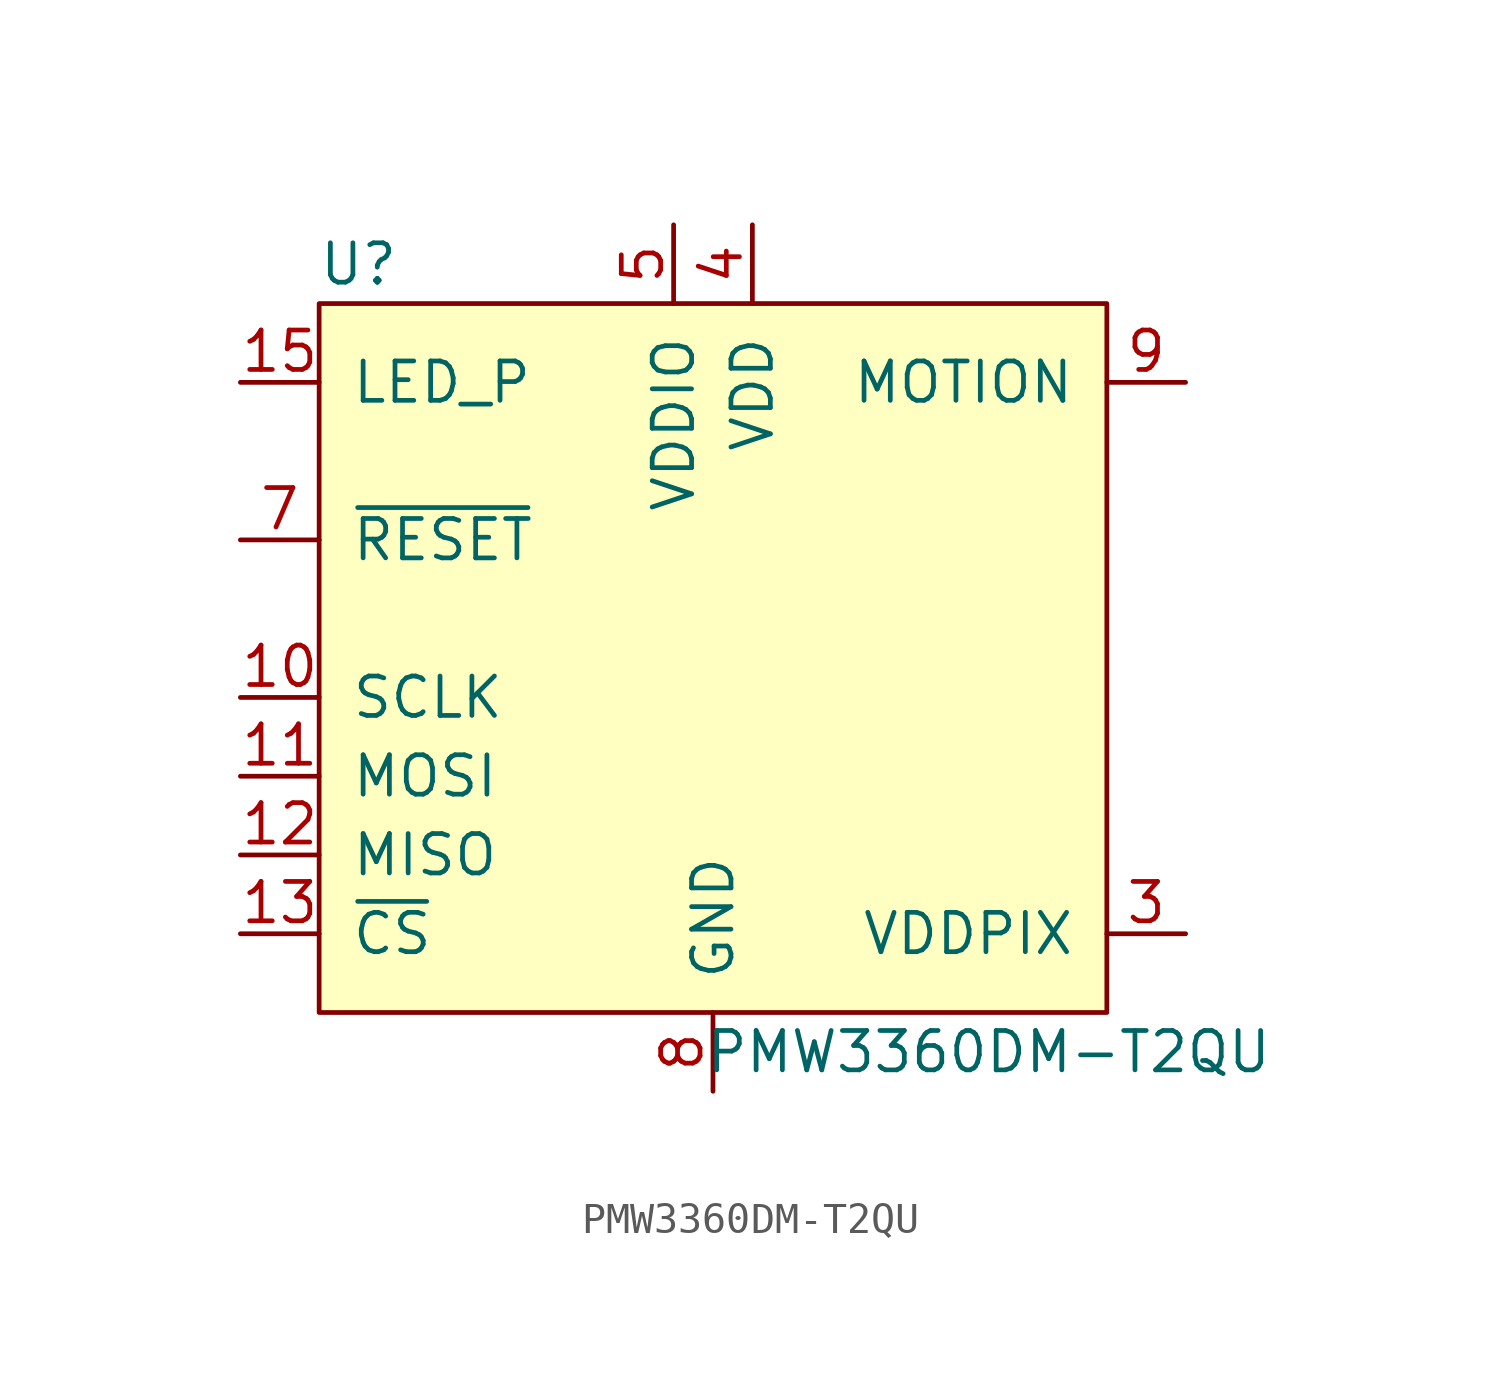
<source format=kicad_sym>
(kicad_symbol_lib
  (version 20201005)
  (generator kicad_symbol_editor)
  (symbol "sensor:PMW3360DM-T2QU"
    (pin_names
      (offset 1.016))
    (property "Reference" "U"
      (at -11.43 13.97 0)
      (effects (font (size 1.27 1.27))))
    (property "Value" "PMW3360DM-T2QU"
      (at 8.89 -11.43 0)
      (effects (font (size 1.27 1.27))))
    (symbol "PMW3360DM-T2QU_0_1"
      (rectangle (start -12.7 12.7) (end 12.7 -10.16) (stroke (width 0)) (fill (type background))))
    (symbol "PMW3360DM-T2QU_1_1"
      (pin input line (at -15.24 0 0) (length 2.54) (name "SCLK" (effects (font (size 1.27 1.27)))) (number "10" (effects (font (size 1.27 1.27)))))
      (pin input line (at -15.24 -2.54 0) (length 2.54) (name "MOSI" (effects (font (size 1.27 1.27)))) (number "11" (effects (font (size 1.27 1.27)))))
      (pin output line (at -15.24 -5.08 0) (length 2.54) (name "MISO" (effects (font (size 1.27 1.27)))) (number "12" (effects (font (size 1.27 1.27)))))
      (pin input line (at -15.24 -7.62 0) (length 2.54) (name "~CS" (effects (font (size 1.27 1.27)))) (number "13" (effects (font (size 1.27 1.27)))))
      (pin input line (at -15.24 10.16 0) (length 2.54) (name "LED_P" (effects (font (size 1.27 1.27)))) (number "15" (effects (font (size 1.27 1.27)))))
      (pin power_out line (at 15.24 -7.62 180) (length 2.54) (name "VDDPIX" (effects (font (size 1.27 1.27)))) (number "3" (effects (font (size 1.27 1.27)))))
      (pin power_in line (at 1.27 15.24 270) (length 2.54) (name "VDD" (effects (font (size 1.27 1.27)))) (number "4" (effects (font (size 1.27 1.27)))))
      (pin power_in line (at -1.27 15.24 270) (length 2.54) (name "VDDIO" (effects (font (size 1.27 1.27)))) (number "5" (effects (font (size 1.27 1.27)))))
      (pin input line (at -15.24 5.08 0) (length 2.54) (name "~RESET" (effects (font (size 1.27 1.27)))) (number "7" (effects (font (size 1.27 1.27)))))
      (pin power_in line (at 0 -12.7 90) (length 2.54) (name "GND" (effects (font (size 1.27 1.27)))) (number "8" (effects (font (size 1.27 1.27)))))
      (pin output line (at 15.24 10.16 180) (length 2.54) (name "MOTION" (effects (font (size 1.27 1.27)))) (number "9" (effects (font (size 1.27 1.27))))))))
</source>
